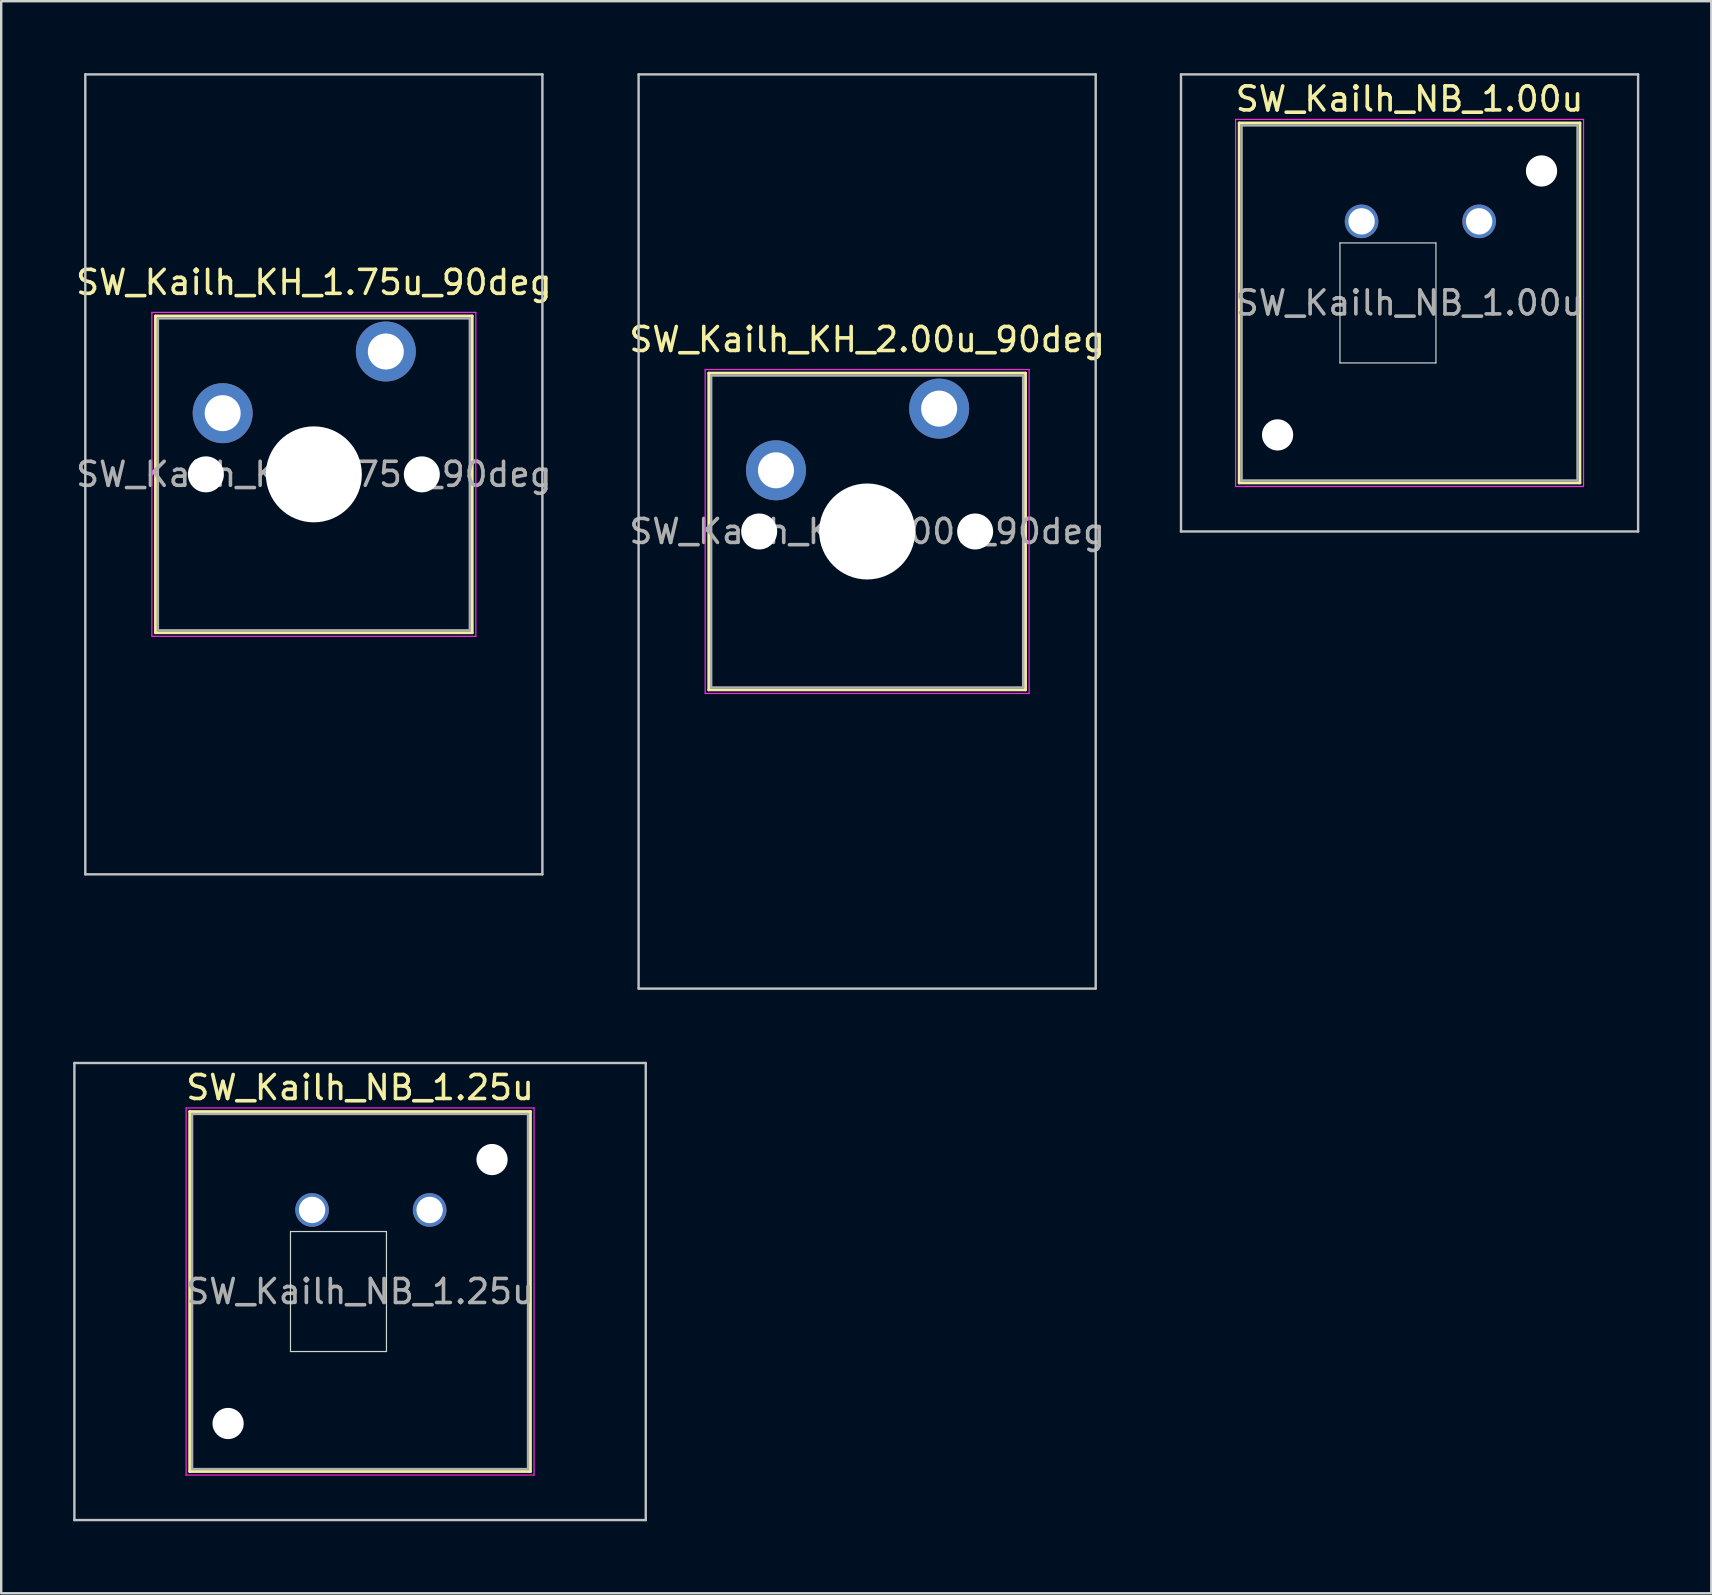
<source format=kicad_pcb>
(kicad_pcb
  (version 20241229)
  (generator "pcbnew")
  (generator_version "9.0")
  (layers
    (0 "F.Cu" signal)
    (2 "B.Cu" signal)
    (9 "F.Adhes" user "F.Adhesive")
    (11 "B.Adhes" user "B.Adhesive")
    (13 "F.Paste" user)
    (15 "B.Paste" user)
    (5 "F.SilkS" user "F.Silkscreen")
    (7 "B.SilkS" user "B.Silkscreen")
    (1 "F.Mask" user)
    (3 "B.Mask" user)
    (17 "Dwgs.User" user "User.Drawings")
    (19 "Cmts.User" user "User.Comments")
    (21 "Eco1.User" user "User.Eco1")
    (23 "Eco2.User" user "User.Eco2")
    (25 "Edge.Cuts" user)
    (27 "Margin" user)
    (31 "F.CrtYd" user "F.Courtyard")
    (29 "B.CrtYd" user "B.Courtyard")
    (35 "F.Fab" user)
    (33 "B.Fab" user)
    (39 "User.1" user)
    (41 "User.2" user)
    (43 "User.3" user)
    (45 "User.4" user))
  (footprint "SW_Kailh_KH_2.00u_90deg"
    (layer "F.Cu")
    (at 33.089 19.1)
    (property "Reference" "SW_Kailh_KH_2.00u_90deg" (at 0 -8 0) (layer "F.SilkS") (effects (font (size 1 1) (thickness 0.15))))
    (attr through_hole)
    (fp_line (start -6.6 -6.6) (end -6.6 6.6) (stroke (width 0.12) (type solid)) (layer "F.SilkS"))
    (fp_line (start -6.6 6.6) (end 6.6 6.6) (stroke (width 0.12) (type solid)) (layer "F.SilkS"))
    (fp_line (start 6.6 -6.6) (end -6.6 -6.6) (stroke (width 0.12) (type solid)) (layer "F.SilkS"))
    (fp_line (start 6.6 6.6) (end 6.6 -6.6) (stroke (width 0.12) (type solid)) (layer "F.SilkS"))
    (fp_line (start -9.525 -19.05) (end 9.525 -19.05) (stroke (width 0.1) (type solid)) (layer "Dwgs.User"))
    (fp_line (start -9.525 19.05) (end -9.525 -19.05) (stroke (width 0.1) (type solid)) (layer "Dwgs.User"))
    (fp_line (start 9.525 -19.05) (end 9.525 19.05) (stroke (width 0.1) (type solid)) (layer "Dwgs.User"))
    (fp_line (start 9.525 19.05) (end -9.525 19.05) (stroke (width 0.1) (type solid)) (layer "Dwgs.User"))
    (fp_line (start -6.1 -6.1) (end -6.1 6.1) (stroke (width 0.1) (type solid)) (layer "Eco1.User"))
    (fp_line (start -6.1 6.1) (end 6.1 6.1) (stroke (width 0.1) (type solid)) (layer "Eco1.User"))
    (fp_line (start 6.1 -6.1) (end -6.1 -6.1) (stroke (width 0.1) (type solid)) (layer "Eco1.User"))
    (fp_line (start 6.1 6.1) (end 6.1 -6.1) (stroke (width 0.1) (type solid)) (layer "Eco1.User"))
    (fp_line (start -6.75 -6.75) (end -6.75 6.75) (stroke (width 0.05) (type solid)) (layer "F.CrtYd"))
    (fp_line (start -6.75 6.75) (end 6.75 6.75) (stroke (width 0.05) (type solid)) (layer "F.CrtYd"))
    (fp_line (start 6.75 -6.75) (end -6.75 -6.75) (stroke (width 0.05) (type solid)) (layer "F.CrtYd"))
    (fp_line (start 6.75 6.75) (end 6.75 -6.75) (stroke (width 0.05) (type solid)) (layer "F.CrtYd"))
    (fp_line (start -6.5 -6.5) (end -6.5 6.5) (stroke (width 0.1) (type solid)) (layer "F.Fab"))
    (fp_line (start -6.5 6.5) (end 6.5 6.5) (stroke (width 0.1) (type solid)) (layer "F.Fab"))
    (fp_line (start 6.5 -6.5) (end -6.5 -6.5) (stroke (width 0.1) (type solid)) (layer "F.Fab"))
    (fp_line (start 6.5 6.5) (end 6.5 -6.5) (stroke (width 0.1) (type solid)) (layer "F.Fab"))
    (fp_text user "${REFERENCE}" (at 0 0 0) (layer "F.Fab") (effects (font (size 1 1) (thickness 0.15))))
    (pad "" np_thru_hole circle (at -4.5 0) (size 1.5 1.5) (drill 1.5) (layers "*.Cu" "*.Mask"))
    (pad "" np_thru_hole circle (at 0 0) (size 4 4) (drill 4) (layers "*.Cu" "*.Mask"))
    (pad "" np_thru_hole circle (at 4.5 0) (size 1.5 1.5) (drill 1.5) (layers "*.Cu" "*.Mask"))
    (pad "1" thru_hole circle (at -3.8 -2.55) (size 2.5 2.5) (drill 1.5) (layers "*.Cu" "B.Mask"))
    (pad "2" thru_hole circle (at 3 -5.12) (size 2.5 2.5) (drill 1.5) (layers "*.Cu" "B.Mask")))
  (footprint "SW_Kailh_NB_1.00u"
    (layer "F.Cu")
    (at 55.694 9.575)
    (property "Reference" "SW_Kailh_NB_1.00u" (at 0 -8.5 0) (layer "F.SilkS") (effects (font (size 1 1) (thickness 0.15))))
    (attr through_hole)
    (fp_line (start -7.1 -7.5) (end -7.1 7.5) (stroke (width 0.12) (type solid)) (layer "F.SilkS"))
    (fp_line (start -7.1 7.5) (end 7.1 7.5) (stroke (width 0.12) (type solid)) (layer "F.SilkS"))
    (fp_line (start 7.1 -7.5) (end -7.1 -7.5) (stroke (width 0.12) (type solid)) (layer "F.SilkS"))
    (fp_line (start 7.1 7.5) (end 7.1 -7.5) (stroke (width 0.12) (type solid)) (layer "F.SilkS"))
    (fp_line (start -9.525 -9.525) (end -9.525 9.525) (stroke (width 0.1) (type solid)) (layer "Dwgs.User"))
    (fp_line (start -9.525 9.525) (end 9.525 9.525) (stroke (width 0.1) (type solid)) (layer "Dwgs.User"))
    (fp_line (start 9.525 -9.525) (end -9.525 -9.525) (stroke (width 0.1) (type solid)) (layer "Dwgs.User"))
    (fp_line (start 9.525 9.525) (end 9.525 -9.525) (stroke (width 0.1) (type solid)) (layer "Dwgs.User"))
    (fp_line (start -2.9 -2.5) (end 1.1 -2.5) (stroke (width 0.05) (type solid)) (layer "Edge.Cuts"))
    (fp_line (start -2.9 2.5) (end -2.9 -2.5) (stroke (width 0.05) (type solid)) (layer "Edge.Cuts"))
    (fp_line (start 1.1 -2.5) (end 1.1 2.5) (stroke (width 0.05) (type solid)) (layer "Edge.Cuts"))
    (fp_line (start 1.1 2.5) (end -2.9 2.5) (stroke (width 0.05) (type solid)) (layer "Edge.Cuts"))
    (fp_line (start -7.25 -7.65) (end -7.25 7.65) (stroke (width 0.05) (type solid)) (layer "F.CrtYd"))
    (fp_line (start -7.25 7.65) (end 7.25 7.65) (stroke (width 0.05) (type solid)) (layer "F.CrtYd"))
    (fp_line (start 7.25 -7.65) (end -7.25 -7.65) (stroke (width 0.05) (type solid)) (layer "F.CrtYd"))
    (fp_line (start 7.25 7.65) (end 7.25 -7.65) (stroke (width 0.05) (type solid)) (layer "F.CrtYd"))
    (fp_line (start -7 -7.4) (end -7 7.4) (stroke (width 0.1) (type solid)) (layer "F.Fab"))
    (fp_line (start -7 7.4) (end 7 7.4) (stroke (width 0.1) (type solid)) (layer "F.Fab"))
    (fp_line (start 7 -7.4) (end -7 -7.4) (stroke (width 0.1) (type solid)) (layer "F.Fab"))
    (fp_line (start 7 7.4) (end 7 -7.4) (stroke (width 0.1) (type solid)) (layer "F.Fab"))
    (fp_text user "${REFERENCE}" (at 0 0 0) (layer "F.Fab") (effects (font (size 1 1) (thickness 0.15))))
    (pad "" np_thru_hole circle (at -5.5 5.5) (size 1.3 1.3) (drill 1.3) (layers "*.Cu" "*.Mask"))
    (pad "" np_thru_hole circle (at 5.5 -5.5) (size 1.3 1.3) (drill 1.3) (layers "*.Cu" "*.Mask"))
    (pad "1" thru_hole circle (at -2 -3.4) (size 1.4 1.4) (drill 1.1) (layers "*.Cu" "B.Mask"))
    (pad "2" thru_hole circle (at 2.9 -3.4) (size 1.4 1.4) (drill 1.1) (layers "*.Cu" "B.Mask")))
  (footprint "SW_Kailh_KH_1.75u_90deg"
    (layer "F.Cu")
    (at 10.03 16.719)
    (property "Reference" "SW_Kailh_KH_1.75u_90deg" (at 0 -8 0) (layer "F.SilkS") (effects (font (size 1 1) (thickness 0.15))))
    (attr through_hole)
    (fp_line (start -6.6 -6.6) (end -6.6 6.6) (stroke (width 0.12) (type solid)) (layer "F.SilkS"))
    (fp_line (start -6.6 6.6) (end 6.6 6.6) (stroke (width 0.12) (type solid)) (layer "F.SilkS"))
    (fp_line (start 6.6 -6.6) (end -6.6 -6.6) (stroke (width 0.12) (type solid)) (layer "F.SilkS"))
    (fp_line (start 6.6 6.6) (end 6.6 -6.6) (stroke (width 0.12) (type solid)) (layer "F.SilkS"))
    (fp_line (start -9.525 -16.669) (end 9.525 -16.669) (stroke (width 0.1) (type solid)) (layer "Dwgs.User"))
    (fp_line (start -9.525 16.669) (end -9.525 -16.669) (stroke (width 0.1) (type solid)) (layer "Dwgs.User"))
    (fp_line (start 9.525 -16.669) (end 9.525 16.669) (stroke (width 0.1) (type solid)) (layer "Dwgs.User"))
    (fp_line (start 9.525 16.669) (end -9.525 16.669) (stroke (width 0.1) (type solid)) (layer "Dwgs.User"))
    (fp_line (start -6.1 -6.1) (end -6.1 6.1) (stroke (width 0.1) (type solid)) (layer "Eco1.User"))
    (fp_line (start -6.1 6.1) (end 6.1 6.1) (stroke (width 0.1) (type solid)) (layer "Eco1.User"))
    (fp_line (start 6.1 -6.1) (end -6.1 -6.1) (stroke (width 0.1) (type solid)) (layer "Eco1.User"))
    (fp_line (start 6.1 6.1) (end 6.1 -6.1) (stroke (width 0.1) (type solid)) (layer "Eco1.User"))
    (fp_line (start -6.75 -6.75) (end -6.75 6.75) (stroke (width 0.05) (type solid)) (layer "F.CrtYd"))
    (fp_line (start -6.75 6.75) (end 6.75 6.75) (stroke (width 0.05) (type solid)) (layer "F.CrtYd"))
    (fp_line (start 6.75 -6.75) (end -6.75 -6.75) (stroke (width 0.05) (type solid)) (layer "F.CrtYd"))
    (fp_line (start 6.75 6.75) (end 6.75 -6.75) (stroke (width 0.05) (type solid)) (layer "F.CrtYd"))
    (fp_line (start -6.5 -6.5) (end -6.5 6.5) (stroke (width 0.1) (type solid)) (layer "F.Fab"))
    (fp_line (start -6.5 6.5) (end 6.5 6.5) (stroke (width 0.1) (type solid)) (layer "F.Fab"))
    (fp_line (start 6.5 -6.5) (end -6.5 -6.5) (stroke (width 0.1) (type solid)) (layer "F.Fab"))
    (fp_line (start 6.5 6.5) (end 6.5 -6.5) (stroke (width 0.1) (type solid)) (layer "F.Fab"))
    (fp_text user "${REFERENCE}" (at 0 0 0) (layer "F.Fab") (effects (font (size 1 1) (thickness 0.15))))
    (pad "" np_thru_hole circle (at -4.5 0) (size 1.5 1.5) (drill 1.5) (layers "*.Cu" "*.Mask"))
    (pad "" np_thru_hole circle (at 0 0) (size 4 4) (drill 4) (layers "*.Cu" "*.Mask"))
    (pad "" np_thru_hole circle (at 4.5 0) (size 1.5 1.5) (drill 1.5) (layers "*.Cu" "*.Mask"))
    (pad "1" thru_hole circle (at -3.8 -2.55) (size 2.5 2.5) (drill 1.5) (layers "*.Cu" "*.Mask"))
    (pad "2" thru_hole circle (at 3 -5.12) (size 2.5 2.5) (drill 1.5) (layers "*.Cu" "*.Mask")))
  (footprint "SW_Kailh_NB_1.25u"
    (layer "F.Cu")
    (at 11.956 50.775)
    (property "Reference" "SW_Kailh_NB_1.25u" (at 0 -8.5 0) (layer "F.SilkS") (effects (font (size 1 1) (thickness 0.15))))
    (attr through_hole)
    (fp_line (start -7.1 -7.5) (end -7.1 7.5) (stroke (width 0.12) (type solid)) (layer "F.SilkS"))
    (fp_line (start -7.1 7.5) (end 7.1 7.5) (stroke (width 0.12) (type solid)) (layer "F.SilkS"))
    (fp_line (start 7.1 -7.5) (end -7.1 -7.5) (stroke (width 0.12) (type solid)) (layer "F.SilkS"))
    (fp_line (start 7.1 7.5) (end 7.1 -7.5) (stroke (width 0.12) (type solid)) (layer "F.SilkS"))
    (fp_line (start -11.906 -9.525) (end -11.906 9.525) (stroke (width 0.1) (type solid)) (layer "Dwgs.User"))
    (fp_line (start -11.906 9.525) (end 11.906 9.525) (stroke (width 0.1) (type solid)) (layer "Dwgs.User"))
    (fp_line (start 11.906 -9.525) (end -11.906 -9.525) (stroke (width 0.1) (type solid)) (layer "Dwgs.User"))
    (fp_line (start 11.906 9.525) (end 11.906 -9.525) (stroke (width 0.1) (type solid)) (layer "Dwgs.User"))
    (fp_line (start -8 -8) (end -8 8) (stroke (width 0.1) (type solid)) (layer "Eco1.User"))
    (fp_line (start -8 8) (end 8 8) (stroke (width 0.1) (type solid)) (layer "Eco1.User"))
    (fp_line (start 8 -8) (end -8 -8) (stroke (width 0.1) (type solid)) (layer "Eco1.User"))
    (fp_line (start 8 8) (end 8 -8) (stroke (width 0.1) (type solid)) (layer "Eco1.User"))
    (fp_line (start -2.9 -2.5) (end 1.1 -2.5) (stroke (width 0.05) (type solid)) (layer "Edge.Cuts"))
    (fp_line (start -2.9 2.5) (end -2.9 -2.5) (stroke (width 0.05) (type solid)) (layer "Edge.Cuts"))
    (fp_line (start 1.1 -2.5) (end 1.1 2.5) (stroke (width 0.05) (type solid)) (layer "Edge.Cuts"))
    (fp_line (start 1.1 2.5) (end -2.9 2.5) (stroke (width 0.05) (type solid)) (layer "Edge.Cuts"))
    (fp_line (start -7.25 -7.65) (end -7.25 7.65) (stroke (width 0.05) (type solid)) (layer "F.CrtYd"))
    (fp_line (start -7.25 7.65) (end 7.25 7.65) (stroke (width 0.05) (type solid)) (layer "F.CrtYd"))
    (fp_line (start 7.25 -7.65) (end -7.25 -7.65) (stroke (width 0.05) (type solid)) (layer "F.CrtYd"))
    (fp_line (start 7.25 7.65) (end 7.25 -7.65) (stroke (width 0.05) (type solid)) (layer "F.CrtYd"))
    (fp_line (start -7 -7.4) (end -7 7.4) (stroke (width 0.1) (type solid)) (layer "F.Fab"))
    (fp_line (start -7 7.4) (end 7 7.4) (stroke (width 0.1) (type solid)) (layer "F.Fab"))
    (fp_line (start 7 -7.4) (end -7 -7.4) (stroke (width 0.1) (type solid)) (layer "F.Fab"))
    (fp_line (start 7 7.4) (end 7 -7.4) (stroke (width 0.1) (type solid)) (layer "F.Fab"))
    (fp_text user "${REFERENCE}" (at 0 0 0) (layer "F.Fab") (effects (font (size 1 1) (thickness 0.15))))
    (pad "" np_thru_hole circle (at -5.5 5.5) (size 1.3 1.3) (drill 1.3) (layers "*.Cu" "*.Mask"))
    (pad "" np_thru_hole circle (at 5.5 -5.5) (size 1.3 1.3) (drill 1.3) (layers "*.Cu" "*.Mask"))
    (pad "1" thru_hole circle (at -2 -3.4) (size 1.4 1.4) (drill 1.1) (layers "*.Cu" "*.Mask"))
    (pad "2" thru_hole circle (at 2.9 -3.4) (size 1.4 1.4) (drill 1.1) (layers "*.Cu" "*.Mask")))
  (gr_rect
    (start -3 -3)
    (end 68.269 63.35)
    (stroke (width 0.1) (type default))
    (fill no)
    (layer "Edge.Cuts")))
</source>
